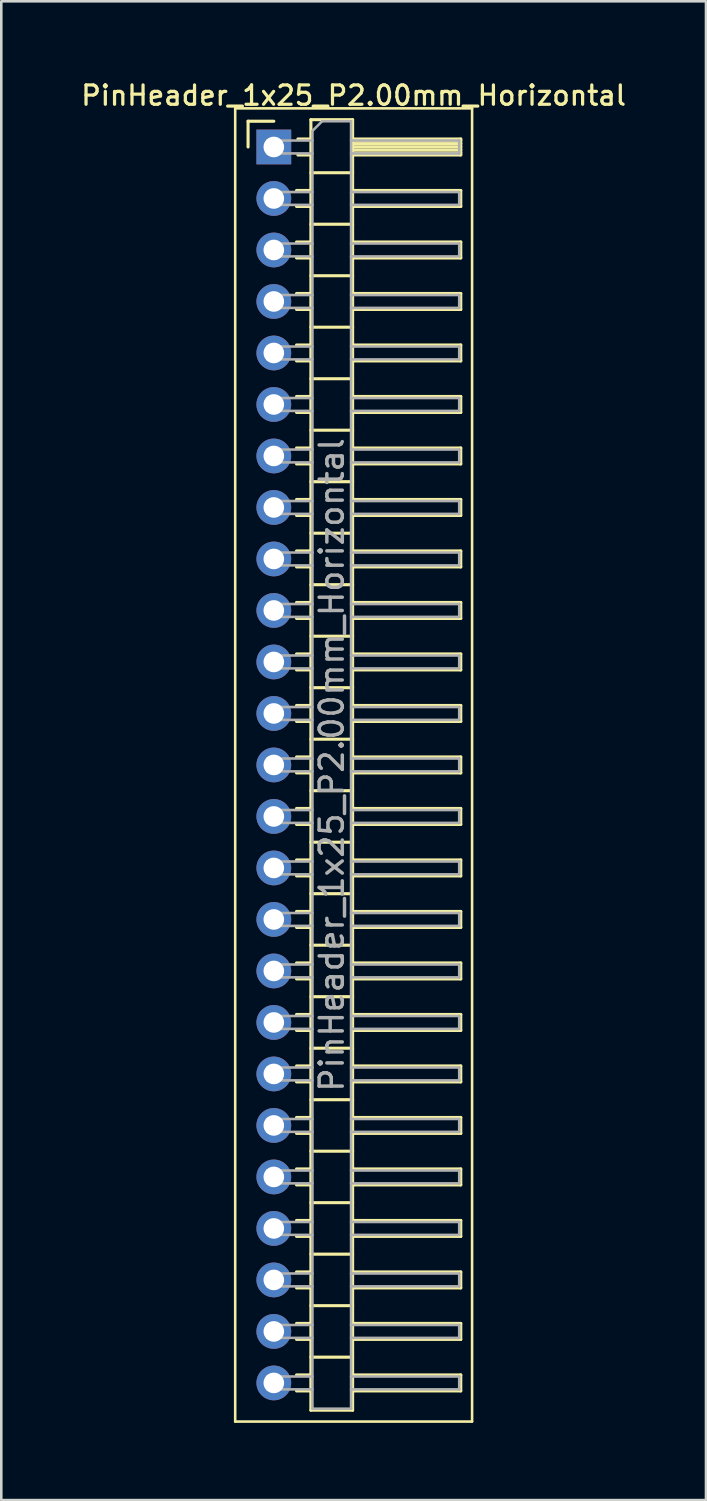
<source format=kicad_pcb>
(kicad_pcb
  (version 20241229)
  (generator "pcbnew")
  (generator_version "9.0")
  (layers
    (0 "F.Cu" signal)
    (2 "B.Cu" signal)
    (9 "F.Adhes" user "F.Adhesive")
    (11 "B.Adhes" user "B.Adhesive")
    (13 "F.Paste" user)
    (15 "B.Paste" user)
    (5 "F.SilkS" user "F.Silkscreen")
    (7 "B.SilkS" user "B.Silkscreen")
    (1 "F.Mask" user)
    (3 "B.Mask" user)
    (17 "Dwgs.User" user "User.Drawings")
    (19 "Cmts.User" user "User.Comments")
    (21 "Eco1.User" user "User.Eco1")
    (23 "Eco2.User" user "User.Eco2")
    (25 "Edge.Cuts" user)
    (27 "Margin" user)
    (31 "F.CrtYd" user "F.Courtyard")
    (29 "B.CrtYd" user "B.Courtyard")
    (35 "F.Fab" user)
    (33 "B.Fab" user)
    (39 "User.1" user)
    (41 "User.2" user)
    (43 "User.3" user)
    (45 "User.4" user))
  (footprint "PinHeader_1x25_P2.00mm_Horizontal"
    (layer "F.Cu")
    (at 7.584 2.658)
    (property "Reference" "PinHeader_1x25_P2.00mm_Horizontal" (at 3.1 -2 0) (layer "F.SilkS") (effects (font (size 0.75 0.75) (thickness 0.125))))
    (attr through_hole)
    (fp_line (start -1.5 -1.5) (end -1.5 49.5) (stroke (width 0.1) (type solid)) (layer "F.SilkS"))
    (fp_line (start -1.5 49.5) (end 7.7 49.5) (stroke (width 0.1) (type solid)) (layer "F.SilkS"))
    (fp_line (start -1 -1) (end 0 -1) (stroke (width 0.12) (type solid)) (layer "F.SilkS"))
    (fp_line (start -1 0) (end -1 -1) (stroke (width 0.12) (type solid)) (layer "F.SilkS"))
    (fp_line (start 0.882 1.69) (end 1.44 1.69) (stroke (width 0.12) (type solid)) (layer "F.SilkS"))
    (fp_line (start 0.882 2.31) (end 1.44 2.31) (stroke (width 0.12) (type solid)) (layer "F.SilkS"))
    (fp_line (start 0.882 3.69) (end 1.44 3.69) (stroke (width 0.12) (type solid)) (layer "F.SilkS"))
    (fp_line (start 0.882 4.31) (end 1.44 4.31) (stroke (width 0.12) (type solid)) (layer "F.SilkS"))
    (fp_line (start 0.882 5.69) (end 1.44 5.69) (stroke (width 0.12) (type solid)) (layer "F.SilkS"))
    (fp_line (start 0.882 6.31) (end 1.44 6.31) (stroke (width 0.12) (type solid)) (layer "F.SilkS"))
    (fp_line (start 0.882 7.69) (end 1.44 7.69) (stroke (width 0.12) (type solid)) (layer "F.SilkS"))
    (fp_line (start 0.882 8.31) (end 1.44 8.31) (stroke (width 0.12) (type solid)) (layer "F.SilkS"))
    (fp_line (start 0.882 9.69) (end 1.44 9.69) (stroke (width 0.12) (type solid)) (layer "F.SilkS"))
    (fp_line (start 0.882 10.31) (end 1.44 10.31) (stroke (width 0.12) (type solid)) (layer "F.SilkS"))
    (fp_line (start 0.882 11.69) (end 1.44 11.69) (stroke (width 0.12) (type solid)) (layer "F.SilkS"))
    (fp_line (start 0.882 12.31) (end 1.44 12.31) (stroke (width 0.12) (type solid)) (layer "F.SilkS"))
    (fp_line (start 0.882 13.69) (end 1.44 13.69) (stroke (width 0.12) (type solid)) (layer "F.SilkS"))
    (fp_line (start 0.882 14.31) (end 1.44 14.31) (stroke (width 0.12) (type solid)) (layer "F.SilkS"))
    (fp_line (start 0.882 15.69) (end 1.44 15.69) (stroke (width 0.12) (type solid)) (layer "F.SilkS"))
    (fp_line (start 0.882 16.31) (end 1.44 16.31) (stroke (width 0.12) (type solid)) (layer "F.SilkS"))
    (fp_line (start 0.882 17.69) (end 1.44 17.69) (stroke (width 0.12) (type solid)) (layer "F.SilkS"))
    (fp_line (start 0.882 18.31) (end 1.44 18.31) (stroke (width 0.12) (type solid)) (layer "F.SilkS"))
    (fp_line (start 0.882 19.69) (end 1.44 19.69) (stroke (width 0.12) (type solid)) (layer "F.SilkS"))
    (fp_line (start 0.882 20.31) (end 1.44 20.31) (stroke (width 0.12) (type solid)) (layer "F.SilkS"))
    (fp_line (start 0.882 21.69) (end 1.44 21.69) (stroke (width 0.12) (type solid)) (layer "F.SilkS"))
    (fp_line (start 0.882 22.31) (end 1.44 22.31) (stroke (width 0.12) (type solid)) (layer "F.SilkS"))
    (fp_line (start 0.882 23.69) (end 1.44 23.69) (stroke (width 0.12) (type solid)) (layer "F.SilkS"))
    (fp_line (start 0.882 24.31) (end 1.44 24.31) (stroke (width 0.12) (type solid)) (layer "F.SilkS"))
    (fp_line (start 0.882 25.69) (end 1.44 25.69) (stroke (width 0.12) (type solid)) (layer "F.SilkS"))
    (fp_line (start 0.882 26.31) (end 1.44 26.31) (stroke (width 0.12) (type solid)) (layer "F.SilkS"))
    (fp_line (start 0.882 27.69) (end 1.44 27.69) (stroke (width 0.12) (type solid)) (layer "F.SilkS"))
    (fp_line (start 0.882 28.31) (end 1.44 28.31) (stroke (width 0.12) (type solid)) (layer "F.SilkS"))
    (fp_line (start 0.882 29.69) (end 1.44 29.69) (stroke (width 0.12) (type solid)) (layer "F.SilkS"))
    (fp_line (start 0.882 30.31) (end 1.44 30.31) (stroke (width 0.12) (type solid)) (layer "F.SilkS"))
    (fp_line (start 0.882 31.69) (end 1.44 31.69) (stroke (width 0.12) (type solid)) (layer "F.SilkS"))
    (fp_line (start 0.882 32.31) (end 1.44 32.31) (stroke (width 0.12) (type solid)) (layer "F.SilkS"))
    (fp_line (start 0.882 33.69) (end 1.44 33.69) (stroke (width 0.12) (type solid)) (layer "F.SilkS"))
    (fp_line (start 0.882 34.31) (end 1.44 34.31) (stroke (width 0.12) (type solid)) (layer "F.SilkS"))
    (fp_line (start 0.882 35.69) (end 1.44 35.69) (stroke (width 0.12) (type solid)) (layer "F.SilkS"))
    (fp_line (start 0.882 36.31) (end 1.44 36.31) (stroke (width 0.12) (type solid)) (layer "F.SilkS"))
    (fp_line (start 0.882 37.69) (end 1.44 37.69) (stroke (width 0.12) (type solid)) (layer "F.SilkS"))
    (fp_line (start 0.882 38.31) (end 1.44 38.31) (stroke (width 0.12) (type solid)) (layer "F.SilkS"))
    (fp_line (start 0.882 39.69) (end 1.44 39.69) (stroke (width 0.12) (type solid)) (layer "F.SilkS"))
    (fp_line (start 0.882 40.31) (end 1.44 40.31) (stroke (width 0.12) (type solid)) (layer "F.SilkS"))
    (fp_line (start 0.882 41.69) (end 1.44 41.69) (stroke (width 0.12) (type solid)) (layer "F.SilkS"))
    (fp_line (start 0.882 42.31) (end 1.44 42.31) (stroke (width 0.12) (type solid)) (layer "F.SilkS"))
    (fp_line (start 0.882 43.69) (end 1.44 43.69) (stroke (width 0.12) (type solid)) (layer "F.SilkS"))
    (fp_line (start 0.882 44.31) (end 1.44 44.31) (stroke (width 0.12) (type solid)) (layer "F.SilkS"))
    (fp_line (start 0.882 45.69) (end 1.44 45.69) (stroke (width 0.12) (type solid)) (layer "F.SilkS"))
    (fp_line (start 0.882 46.31) (end 1.44 46.31) (stroke (width 0.12) (type solid)) (layer "F.SilkS"))
    (fp_line (start 0.882 47.69) (end 1.44 47.69) (stroke (width 0.12) (type solid)) (layer "F.SilkS"))
    (fp_line (start 0.882 48.31) (end 1.44 48.31) (stroke (width 0.12) (type solid)) (layer "F.SilkS"))
    (fp_line (start 0.935 -0.31) (end 1.44 -0.31) (stroke (width 0.12) (type solid)) (layer "F.SilkS"))
    (fp_line (start 0.935 0.31) (end 1.44 0.31) (stroke (width 0.12) (type solid)) (layer "F.SilkS"))
    (fp_line (start 1.44 -1.06) (end 1.44 49.06) (stroke (width 0.12) (type solid)) (layer "F.SilkS"))
    (fp_line (start 1.44 1) (end 3.06 1) (stroke (width 0.12) (type solid)) (layer "F.SilkS"))
    (fp_line (start 1.44 3) (end 3.06 3) (stroke (width 0.12) (type solid)) (layer "F.SilkS"))
    (fp_line (start 1.44 5) (end 3.06 5) (stroke (width 0.12) (type solid)) (layer "F.SilkS"))
    (fp_line (start 1.44 7) (end 3.06 7) (stroke (width 0.12) (type solid)) (layer "F.SilkS"))
    (fp_line (start 1.44 9) (end 3.06 9) (stroke (width 0.12) (type solid)) (layer "F.SilkS"))
    (fp_line (start 1.44 11) (end 3.06 11) (stroke (width 0.12) (type solid)) (layer "F.SilkS"))
    (fp_line (start 1.44 13) (end 3.06 13) (stroke (width 0.12) (type solid)) (layer "F.SilkS"))
    (fp_line (start 1.44 15) (end 3.06 15) (stroke (width 0.12) (type solid)) (layer "F.SilkS"))
    (fp_line (start 1.44 17) (end 3.06 17) (stroke (width 0.12) (type solid)) (layer "F.SilkS"))
    (fp_line (start 1.44 19) (end 3.06 19) (stroke (width 0.12) (type solid)) (layer "F.SilkS"))
    (fp_line (start 1.44 21) (end 3.06 21) (stroke (width 0.12) (type solid)) (layer "F.SilkS"))
    (fp_line (start 1.44 23) (end 3.06 23) (stroke (width 0.12) (type solid)) (layer "F.SilkS"))
    (fp_line (start 1.44 25) (end 3.06 25) (stroke (width 0.12) (type solid)) (layer "F.SilkS"))
    (fp_line (start 1.44 27) (end 3.06 27) (stroke (width 0.12) (type solid)) (layer "F.SilkS"))
    (fp_line (start 1.44 29) (end 3.06 29) (stroke (width 0.12) (type solid)) (layer "F.SilkS"))
    (fp_line (start 1.44 31) (end 3.06 31) (stroke (width 0.12) (type solid)) (layer "F.SilkS"))
    (fp_line (start 1.44 33) (end 3.06 33) (stroke (width 0.12) (type solid)) (layer "F.SilkS"))
    (fp_line (start 1.44 35) (end 3.06 35) (stroke (width 0.12) (type solid)) (layer "F.SilkS"))
    (fp_line (start 1.44 37) (end 3.06 37) (stroke (width 0.12) (type solid)) (layer "F.SilkS"))
    (fp_line (start 1.44 39) (end 3.06 39) (stroke (width 0.12) (type solid)) (layer "F.SilkS"))
    (fp_line (start 1.44 41) (end 3.06 41) (stroke (width 0.12) (type solid)) (layer "F.SilkS"))
    (fp_line (start 1.44 43) (end 3.06 43) (stroke (width 0.12) (type solid)) (layer "F.SilkS"))
    (fp_line (start 1.44 45) (end 3.06 45) (stroke (width 0.12) (type solid)) (layer "F.SilkS"))
    (fp_line (start 1.44 47) (end 3.06 47) (stroke (width 0.12) (type solid)) (layer "F.SilkS"))
    (fp_line (start 1.44 49.06) (end 3.06 49.06) (stroke (width 0.12) (type solid)) (layer "F.SilkS"))
    (fp_line (start 3.06 -1.06) (end 1.44 -1.06) (stroke (width 0.12) (type solid)) (layer "F.SilkS"))
    (fp_line (start 3.06 -0.31) (end 7.26 -0.31) (stroke (width 0.12) (type solid)) (layer "F.SilkS"))
    (fp_line (start 3.06 -0.25) (end 7.26 -0.25) (stroke (width 0.12) (type solid)) (layer "F.SilkS"))
    (fp_line (start 3.06 -0.13) (end 7.26 -0.13) (stroke (width 0.12) (type solid)) (layer "F.SilkS"))
    (fp_line (start 3.06 -0.01) (end 7.26 -0.01) (stroke (width 0.12) (type solid)) (layer "F.SilkS"))
    (fp_line (start 3.06 0.11) (end 7.26 0.11) (stroke (width 0.12) (type solid)) (layer "F.SilkS"))
    (fp_line (start 3.06 0.23) (end 7.26 0.23) (stroke (width 0.12) (type solid)) (layer "F.SilkS"))
    (fp_line (start 3.06 1.69) (end 7.26 1.69) (stroke (width 0.12) (type solid)) (layer "F.SilkS"))
    (fp_line (start 3.06 3.69) (end 7.26 3.69) (stroke (width 0.12) (type solid)) (layer "F.SilkS"))
    (fp_line (start 3.06 5.69) (end 7.26 5.69) (stroke (width 0.12) (type solid)) (layer "F.SilkS"))
    (fp_line (start 3.06 7.69) (end 7.26 7.69) (stroke (width 0.12) (type solid)) (layer "F.SilkS"))
    (fp_line (start 3.06 9.69) (end 7.26 9.69) (stroke (width 0.12) (type solid)) (layer "F.SilkS"))
    (fp_line (start 3.06 11.69) (end 7.26 11.69) (stroke (width 0.12) (type solid)) (layer "F.SilkS"))
    (fp_line (start 3.06 13.69) (end 7.26 13.69) (stroke (width 0.12) (type solid)) (layer "F.SilkS"))
    (fp_line (start 3.06 15.69) (end 7.26 15.69) (stroke (width 0.12) (type solid)) (layer "F.SilkS"))
    (fp_line (start 3.06 17.69) (end 7.26 17.69) (stroke (width 0.12) (type solid)) (layer "F.SilkS"))
    (fp_line (start 3.06 19.69) (end 7.26 19.69) (stroke (width 0.12) (type solid)) (layer "F.SilkS"))
    (fp_line (start 3.06 21.69) (end 7.26 21.69) (stroke (width 0.12) (type solid)) (layer "F.SilkS"))
    (fp_line (start 3.06 23.69) (end 7.26 23.69) (stroke (width 0.12) (type solid)) (layer "F.SilkS"))
    (fp_line (start 3.06 25.69) (end 7.26 25.69) (stroke (width 0.12) (type solid)) (layer "F.SilkS"))
    (fp_line (start 3.06 27.69) (end 7.26 27.69) (stroke (width 0.12) (type solid)) (layer "F.SilkS"))
    (fp_line (start 3.06 29.69) (end 7.26 29.69) (stroke (width 0.12) (type solid)) (layer "F.SilkS"))
    (fp_line (start 3.06 31.69) (end 7.26 31.69) (stroke (width 0.12) (type solid)) (layer "F.SilkS"))
    (fp_line (start 3.06 33.69) (end 7.26 33.69) (stroke (width 0.12) (type solid)) (layer "F.SilkS"))
    (fp_line (start 3.06 35.69) (end 7.26 35.69) (stroke (width 0.12) (type solid)) (layer "F.SilkS"))
    (fp_line (start 3.06 37.69) (end 7.26 37.69) (stroke (width 0.12) (type solid)) (layer "F.SilkS"))
    (fp_line (start 3.06 39.69) (end 7.26 39.69) (stroke (width 0.12) (type solid)) (layer "F.SilkS"))
    (fp_line (start 3.06 41.69) (end 7.26 41.69) (stroke (width 0.12) (type solid)) (layer "F.SilkS"))
    (fp_line (start 3.06 43.69) (end 7.26 43.69) (stroke (width 0.12) (type solid)) (layer "F.SilkS"))
    (fp_line (start 3.06 45.69) (end 7.26 45.69) (stroke (width 0.12) (type solid)) (layer "F.SilkS"))
    (fp_line (start 3.06 47.69) (end 7.26 47.69) (stroke (width 0.12) (type solid)) (layer "F.SilkS"))
    (fp_line (start 3.06 49.06) (end 3.06 -1.06) (stroke (width 0.12) (type solid)) (layer "F.SilkS"))
    (fp_line (start 7.26 -0.31) (end 7.26 0.31) (stroke (width 0.12) (type solid)) (layer "F.SilkS"))
    (fp_line (start 7.26 0.31) (end 3.06 0.31) (stroke (width 0.12) (type solid)) (layer "F.SilkS"))
    (fp_line (start 7.26 1.69) (end 7.26 2.31) (stroke (width 0.12) (type solid)) (layer "F.SilkS"))
    (fp_line (start 7.26 2.31) (end 3.06 2.31) (stroke (width 0.12) (type solid)) (layer "F.SilkS"))
    (fp_line (start 7.26 3.69) (end 7.26 4.31) (stroke (width 0.12) (type solid)) (layer "F.SilkS"))
    (fp_line (start 7.26 4.31) (end 3.06 4.31) (stroke (width 0.12) (type solid)) (layer "F.SilkS"))
    (fp_line (start 7.26 5.69) (end 7.26 6.31) (stroke (width 0.12) (type solid)) (layer "F.SilkS"))
    (fp_line (start 7.26 6.31) (end 3.06 6.31) (stroke (width 0.12) (type solid)) (layer "F.SilkS"))
    (fp_line (start 7.26 7.69) (end 7.26 8.31) (stroke (width 0.12) (type solid)) (layer "F.SilkS"))
    (fp_line (start 7.26 8.31) (end 3.06 8.31) (stroke (width 0.12) (type solid)) (layer "F.SilkS"))
    (fp_line (start 7.26 9.69) (end 7.26 10.31) (stroke (width 0.12) (type solid)) (layer "F.SilkS"))
    (fp_line (start 7.26 10.31) (end 3.06 10.31) (stroke (width 0.12) (type solid)) (layer "F.SilkS"))
    (fp_line (start 7.26 11.69) (end 7.26 12.31) (stroke (width 0.12) (type solid)) (layer "F.SilkS"))
    (fp_line (start 7.26 12.31) (end 3.06 12.31) (stroke (width 0.12) (type solid)) (layer "F.SilkS"))
    (fp_line (start 7.26 13.69) (end 7.26 14.31) (stroke (width 0.12) (type solid)) (layer "F.SilkS"))
    (fp_line (start 7.26 14.31) (end 3.06 14.31) (stroke (width 0.12) (type solid)) (layer "F.SilkS"))
    (fp_line (start 7.26 15.69) (end 7.26 16.31) (stroke (width 0.12) (type solid)) (layer "F.SilkS"))
    (fp_line (start 7.26 16.31) (end 3.06 16.31) (stroke (width 0.12) (type solid)) (layer "F.SilkS"))
    (fp_line (start 7.26 17.69) (end 7.26 18.31) (stroke (width 0.12) (type solid)) (layer "F.SilkS"))
    (fp_line (start 7.26 18.31) (end 3.06 18.31) (stroke (width 0.12) (type solid)) (layer "F.SilkS"))
    (fp_line (start 7.26 19.69) (end 7.26 20.31) (stroke (width 0.12) (type solid)) (layer "F.SilkS"))
    (fp_line (start 7.26 20.31) (end 3.06 20.31) (stroke (width 0.12) (type solid)) (layer "F.SilkS"))
    (fp_line (start 7.26 21.69) (end 7.26 22.31) (stroke (width 0.12) (type solid)) (layer "F.SilkS"))
    (fp_line (start 7.26 22.31) (end 3.06 22.31) (stroke (width 0.12) (type solid)) (layer "F.SilkS"))
    (fp_line (start 7.26 23.69) (end 7.26 24.31) (stroke (width 0.12) (type solid)) (layer "F.SilkS"))
    (fp_line (start 7.26 24.31) (end 3.06 24.31) (stroke (width 0.12) (type solid)) (layer "F.SilkS"))
    (fp_line (start 7.26 25.69) (end 7.26 26.31) (stroke (width 0.12) (type solid)) (layer "F.SilkS"))
    (fp_line (start 7.26 26.31) (end 3.06 26.31) (stroke (width 0.12) (type solid)) (layer "F.SilkS"))
    (fp_line (start 7.26 27.69) (end 7.26 28.31) (stroke (width 0.12) (type solid)) (layer "F.SilkS"))
    (fp_line (start 7.26 28.31) (end 3.06 28.31) (stroke (width 0.12) (type solid)) (layer "F.SilkS"))
    (fp_line (start 7.26 29.69) (end 7.26 30.31) (stroke (width 0.12) (type solid)) (layer "F.SilkS"))
    (fp_line (start 7.26 30.31) (end 3.06 30.31) (stroke (width 0.12) (type solid)) (layer "F.SilkS"))
    (fp_line (start 7.26 31.69) (end 7.26 32.31) (stroke (width 0.12) (type solid)) (layer "F.SilkS"))
    (fp_line (start 7.26 32.31) (end 3.06 32.31) (stroke (width 0.12) (type solid)) (layer "F.SilkS"))
    (fp_line (start 7.26 33.69) (end 7.26 34.31) (stroke (width 0.12) (type solid)) (layer "F.SilkS"))
    (fp_line (start 7.26 34.31) (end 3.06 34.31) (stroke (width 0.12) (type solid)) (layer "F.SilkS"))
    (fp_line (start 7.26 35.69) (end 7.26 36.31) (stroke (width 0.12) (type solid)) (layer "F.SilkS"))
    (fp_line (start 7.26 36.31) (end 3.06 36.31) (stroke (width 0.12) (type solid)) (layer "F.SilkS"))
    (fp_line (start 7.26 37.69) (end 7.26 38.31) (stroke (width 0.12) (type solid)) (layer "F.SilkS"))
    (fp_line (start 7.26 38.31) (end 3.06 38.31) (stroke (width 0.12) (type solid)) (layer "F.SilkS"))
    (fp_line (start 7.26 39.69) (end 7.26 40.31) (stroke (width 0.12) (type solid)) (layer "F.SilkS"))
    (fp_line (start 7.26 40.31) (end 3.06 40.31) (stroke (width 0.12) (type solid)) (layer "F.SilkS"))
    (fp_line (start 7.26 41.69) (end 7.26 42.31) (stroke (width 0.12) (type solid)) (layer "F.SilkS"))
    (fp_line (start 7.26 42.31) (end 3.06 42.31) (stroke (width 0.12) (type solid)) (layer "F.SilkS"))
    (fp_line (start 7.26 43.69) (end 7.26 44.31) (stroke (width 0.12) (type solid)) (layer "F.SilkS"))
    (fp_line (start 7.26 44.31) (end 3.06 44.31) (stroke (width 0.12) (type solid)) (layer "F.SilkS"))
    (fp_line (start 7.26 45.69) (end 7.26 46.31) (stroke (width 0.12) (type solid)) (layer "F.SilkS"))
    (fp_line (start 7.26 46.31) (end 3.06 46.31) (stroke (width 0.12) (type solid)) (layer "F.SilkS"))
    (fp_line (start 7.26 47.69) (end 7.26 48.31) (stroke (width 0.12) (type solid)) (layer "F.SilkS"))
    (fp_line (start 7.26 48.31) (end 3.06 48.31) (stroke (width 0.12) (type solid)) (layer "F.SilkS"))
    (fp_line (start 7.7 -1.5) (end -1.5 -1.5) (stroke (width 0.1) (type solid)) (layer "F.SilkS"))
    (fp_line (start 7.7 49.5) (end 7.7 -1.5) (stroke (width 0.1) (type solid)) (layer "F.SilkS"))
    (fp_line (start -0.25 -0.25) (end -0.25 0.25) (stroke (width 0.1) (type solid)) (layer "F.Fab"))
    (fp_line (start -0.25 -0.25) (end 1.5 -0.25) (stroke (width 0.1) (type solid)) (layer "F.Fab"))
    (fp_line (start -0.25 0.25) (end 1.5 0.25) (stroke (width 0.1) (type solid)) (layer "F.Fab"))
    (fp_line (start -0.25 1.75) (end -0.25 2.25) (stroke (width 0.1) (type solid)) (layer "F.Fab"))
    (fp_line (start -0.25 1.75) (end 1.5 1.75) (stroke (width 0.1) (type solid)) (layer "F.Fab"))
    (fp_line (start -0.25 2.25) (end 1.5 2.25) (stroke (width 0.1) (type solid)) (layer "F.Fab"))
    (fp_line (start -0.25 3.75) (end -0.25 4.25) (stroke (width 0.1) (type solid)) (layer "F.Fab"))
    (fp_line (start -0.25 3.75) (end 1.5 3.75) (stroke (width 0.1) (type solid)) (layer "F.Fab"))
    (fp_line (start -0.25 4.25) (end 1.5 4.25) (stroke (width 0.1) (type solid)) (layer "F.Fab"))
    (fp_line (start -0.25 5.75) (end -0.25 6.25) (stroke (width 0.1) (type solid)) (layer "F.Fab"))
    (fp_line (start -0.25 5.75) (end 1.5 5.75) (stroke (width 0.1) (type solid)) (layer "F.Fab"))
    (fp_line (start -0.25 6.25) (end 1.5 6.25) (stroke (width 0.1) (type solid)) (layer "F.Fab"))
    (fp_line (start -0.25 7.75) (end -0.25 8.25) (stroke (width 0.1) (type solid)) (layer "F.Fab"))
    (fp_line (start -0.25 7.75) (end 1.5 7.75) (stroke (width 0.1) (type solid)) (layer "F.Fab"))
    (fp_line (start -0.25 8.25) (end 1.5 8.25) (stroke (width 0.1) (type solid)) (layer "F.Fab"))
    (fp_line (start -0.25 9.75) (end -0.25 10.25) (stroke (width 0.1) (type solid)) (layer "F.Fab"))
    (fp_line (start -0.25 9.75) (end 1.5 9.75) (stroke (width 0.1) (type solid)) (layer "F.Fab"))
    (fp_line (start -0.25 10.25) (end 1.5 10.25) (stroke (width 0.1) (type solid)) (layer "F.Fab"))
    (fp_line (start -0.25 11.75) (end -0.25 12.25) (stroke (width 0.1) (type solid)) (layer "F.Fab"))
    (fp_line (start -0.25 11.75) (end 1.5 11.75) (stroke (width 0.1) (type solid)) (layer "F.Fab"))
    (fp_line (start -0.25 12.25) (end 1.5 12.25) (stroke (width 0.1) (type solid)) (layer "F.Fab"))
    (fp_line (start -0.25 13.75) (end -0.25 14.25) (stroke (width 0.1) (type solid)) (layer "F.Fab"))
    (fp_line (start -0.25 13.75) (end 1.5 13.75) (stroke (width 0.1) (type solid)) (layer "F.Fab"))
    (fp_line (start -0.25 14.25) (end 1.5 14.25) (stroke (width 0.1) (type solid)) (layer "F.Fab"))
    (fp_line (start -0.25 15.75) (end -0.25 16.25) (stroke (width 0.1) (type solid)) (layer "F.Fab"))
    (fp_line (start -0.25 15.75) (end 1.5 15.75) (stroke (width 0.1) (type solid)) (layer "F.Fab"))
    (fp_line (start -0.25 16.25) (end 1.5 16.25) (stroke (width 0.1) (type solid)) (layer "F.Fab"))
    (fp_line (start -0.25 17.75) (end -0.25 18.25) (stroke (width 0.1) (type solid)) (layer "F.Fab"))
    (fp_line (start -0.25 17.75) (end 1.5 17.75) (stroke (width 0.1) (type solid)) (layer "F.Fab"))
    (fp_line (start -0.25 18.25) (end 1.5 18.25) (stroke (width 0.1) (type solid)) (layer "F.Fab"))
    (fp_line (start -0.25 19.75) (end -0.25 20.25) (stroke (width 0.1) (type solid)) (layer "F.Fab"))
    (fp_line (start -0.25 19.75) (end 1.5 19.75) (stroke (width 0.1) (type solid)) (layer "F.Fab"))
    (fp_line (start -0.25 20.25) (end 1.5 20.25) (stroke (width 0.1) (type solid)) (layer "F.Fab"))
    (fp_line (start -0.25 21.75) (end -0.25 22.25) (stroke (width 0.1) (type solid)) (layer "F.Fab"))
    (fp_line (start -0.25 21.75) (end 1.5 21.75) (stroke (width 0.1) (type solid)) (layer "F.Fab"))
    (fp_line (start -0.25 22.25) (end 1.5 22.25) (stroke (width 0.1) (type solid)) (layer "F.Fab"))
    (fp_line (start -0.25 23.75) (end -0.25 24.25) (stroke (width 0.1) (type solid)) (layer "F.Fab"))
    (fp_line (start -0.25 23.75) (end 1.5 23.75) (stroke (width 0.1) (type solid)) (layer "F.Fab"))
    (fp_line (start -0.25 24.25) (end 1.5 24.25) (stroke (width 0.1) (type solid)) (layer "F.Fab"))
    (fp_line (start -0.25 25.75) (end -0.25 26.25) (stroke (width 0.1) (type solid)) (layer "F.Fab"))
    (fp_line (start -0.25 25.75) (end 1.5 25.75) (stroke (width 0.1) (type solid)) (layer "F.Fab"))
    (fp_line (start -0.25 26.25) (end 1.5 26.25) (stroke (width 0.1) (type solid)) (layer "F.Fab"))
    (fp_line (start -0.25 27.75) (end -0.25 28.25) (stroke (width 0.1) (type solid)) (layer "F.Fab"))
    (fp_line (start -0.25 27.75) (end 1.5 27.75) (stroke (width 0.1) (type solid)) (layer "F.Fab"))
    (fp_line (start -0.25 28.25) (end 1.5 28.25) (stroke (width 0.1) (type solid)) (layer "F.Fab"))
    (fp_line (start -0.25 29.75) (end -0.25 30.25) (stroke (width 0.1) (type solid)) (layer "F.Fab"))
    (fp_line (start -0.25 29.75) (end 1.5 29.75) (stroke (width 0.1) (type solid)) (layer "F.Fab"))
    (fp_line (start -0.25 30.25) (end 1.5 30.25) (stroke (width 0.1) (type solid)) (layer "F.Fab"))
    (fp_line (start -0.25 31.75) (end -0.25 32.25) (stroke (width 0.1) (type solid)) (layer "F.Fab"))
    (fp_line (start -0.25 31.75) (end 1.5 31.75) (stroke (width 0.1) (type solid)) (layer "F.Fab"))
    (fp_line (start -0.25 32.25) (end 1.5 32.25) (stroke (width 0.1) (type solid)) (layer "F.Fab"))
    (fp_line (start -0.25 33.75) (end -0.25 34.25) (stroke (width 0.1) (type solid)) (layer "F.Fab"))
    (fp_line (start -0.25 33.75) (end 1.5 33.75) (stroke (width 0.1) (type solid)) (layer "F.Fab"))
    (fp_line (start -0.25 34.25) (end 1.5 34.25) (stroke (width 0.1) (type solid)) (layer "F.Fab"))
    (fp_line (start -0.25 35.75) (end -0.25 36.25) (stroke (width 0.1) (type solid)) (layer "F.Fab"))
    (fp_line (start -0.25 35.75) (end 1.5 35.75) (stroke (width 0.1) (type solid)) (layer "F.Fab"))
    (fp_line (start -0.25 36.25) (end 1.5 36.25) (stroke (width 0.1) (type solid)) (layer "F.Fab"))
    (fp_line (start -0.25 37.75) (end -0.25 38.25) (stroke (width 0.1) (type solid)) (layer "F.Fab"))
    (fp_line (start -0.25 37.75) (end 1.5 37.75) (stroke (width 0.1) (type solid)) (layer "F.Fab"))
    (fp_line (start -0.25 38.25) (end 1.5 38.25) (stroke (width 0.1) (type solid)) (layer "F.Fab"))
    (fp_line (start -0.25 39.75) (end -0.25 40.25) (stroke (width 0.1) (type solid)) (layer "F.Fab"))
    (fp_line (start -0.25 39.75) (end 1.5 39.75) (stroke (width 0.1) (type solid)) (layer "F.Fab"))
    (fp_line (start -0.25 40.25) (end 1.5 40.25) (stroke (width 0.1) (type solid)) (layer "F.Fab"))
    (fp_line (start -0.25 41.75) (end -0.25 42.25) (stroke (width 0.1) (type solid)) (layer "F.Fab"))
    (fp_line (start -0.25 41.75) (end 1.5 41.75) (stroke (width 0.1) (type solid)) (layer "F.Fab"))
    (fp_line (start -0.25 42.25) (end 1.5 42.25) (stroke (width 0.1) (type solid)) (layer "F.Fab"))
    (fp_line (start -0.25 43.75) (end -0.25 44.25) (stroke (width 0.1) (type solid)) (layer "F.Fab"))
    (fp_line (start -0.25 43.75) (end 1.5 43.75) (stroke (width 0.1) (type solid)) (layer "F.Fab"))
    (fp_line (start -0.25 44.25) (end 1.5 44.25) (stroke (width 0.1) (type solid)) (layer "F.Fab"))
    (fp_line (start -0.25 45.75) (end -0.25 46.25) (stroke (width 0.1) (type solid)) (layer "F.Fab"))
    (fp_line (start -0.25 45.75) (end 1.5 45.75) (stroke (width 0.1) (type solid)) (layer "F.Fab"))
    (fp_line (start -0.25 46.25) (end 1.5 46.25) (stroke (width 0.1) (type solid)) (layer "F.Fab"))
    (fp_line (start -0.25 47.75) (end -0.25 48.25) (stroke (width 0.1) (type solid)) (layer "F.Fab"))
    (fp_line (start -0.25 47.75) (end 1.5 47.75) (stroke (width 0.1) (type solid)) (layer "F.Fab"))
    (fp_line (start -0.25 48.25) (end 1.5 48.25) (stroke (width 0.1) (type solid)) (layer "F.Fab"))
    (fp_line (start 1.5 -0.625) (end 1.875 -1) (stroke (width 0.1) (type solid)) (layer "F.Fab"))
    (fp_line (start 1.5 49) (end 1.5 -0.625) (stroke (width 0.1) (type solid)) (layer "F.Fab"))
    (fp_line (start 1.875 -1) (end 3 -1) (stroke (width 0.1) (type solid)) (layer "F.Fab"))
    (fp_line (start 3 -1) (end 3 49) (stroke (width 0.1) (type solid)) (layer "F.Fab"))
    (fp_line (start 3 -0.25) (end 7.2 -0.25) (stroke (width 0.1) (type solid)) (layer "F.Fab"))
    (fp_line (start 3 0.25) (end 7.2 0.25) (stroke (width 0.1) (type solid)) (layer "F.Fab"))
    (fp_line (start 3 1.75) (end 7.2 1.75) (stroke (width 0.1) (type solid)) (layer "F.Fab"))
    (fp_line (start 3 2.25) (end 7.2 2.25) (stroke (width 0.1) (type solid)) (layer "F.Fab"))
    (fp_line (start 3 3.75) (end 7.2 3.75) (stroke (width 0.1) (type solid)) (layer "F.Fab"))
    (fp_line (start 3 4.25) (end 7.2 4.25) (stroke (width 0.1) (type solid)) (layer "F.Fab"))
    (fp_line (start 3 5.75) (end 7.2 5.75) (stroke (width 0.1) (type solid)) (layer "F.Fab"))
    (fp_line (start 3 6.25) (end 7.2 6.25) (stroke (width 0.1) (type solid)) (layer "F.Fab"))
    (fp_line (start 3 7.75) (end 7.2 7.75) (stroke (width 0.1) (type solid)) (layer "F.Fab"))
    (fp_line (start 3 8.25) (end 7.2 8.25) (stroke (width 0.1) (type solid)) (layer "F.Fab"))
    (fp_line (start 3 9.75) (end 7.2 9.75) (stroke (width 0.1) (type solid)) (layer "F.Fab"))
    (fp_line (start 3 10.25) (end 7.2 10.25) (stroke (width 0.1) (type solid)) (layer "F.Fab"))
    (fp_line (start 3 11.75) (end 7.2 11.75) (stroke (width 0.1) (type solid)) (layer "F.Fab"))
    (fp_line (start 3 12.25) (end 7.2 12.25) (stroke (width 0.1) (type solid)) (layer "F.Fab"))
    (fp_line (start 3 13.75) (end 7.2 13.75) (stroke (width 0.1) (type solid)) (layer "F.Fab"))
    (fp_line (start 3 14.25) (end 7.2 14.25) (stroke (width 0.1) (type solid)) (layer "F.Fab"))
    (fp_line (start 3 15.75) (end 7.2 15.75) (stroke (width 0.1) (type solid)) (layer "F.Fab"))
    (fp_line (start 3 16.25) (end 7.2 16.25) (stroke (width 0.1) (type solid)) (layer "F.Fab"))
    (fp_line (start 3 17.75) (end 7.2 17.75) (stroke (width 0.1) (type solid)) (layer "F.Fab"))
    (fp_line (start 3 18.25) (end 7.2 18.25) (stroke (width 0.1) (type solid)) (layer "F.Fab"))
    (fp_line (start 3 19.75) (end 7.2 19.75) (stroke (width 0.1) (type solid)) (layer "F.Fab"))
    (fp_line (start 3 20.25) (end 7.2 20.25) (stroke (width 0.1) (type solid)) (layer "F.Fab"))
    (fp_line (start 3 21.75) (end 7.2 21.75) (stroke (width 0.1) (type solid)) (layer "F.Fab"))
    (fp_line (start 3 22.25) (end 7.2 22.25) (stroke (width 0.1) (type solid)) (layer "F.Fab"))
    (fp_line (start 3 23.75) (end 7.2 23.75) (stroke (width 0.1) (type solid)) (layer "F.Fab"))
    (fp_line (start 3 24.25) (end 7.2 24.25) (stroke (width 0.1) (type solid)) (layer "F.Fab"))
    (fp_line (start 3 25.75) (end 7.2 25.75) (stroke (width 0.1) (type solid)) (layer "F.Fab"))
    (fp_line (start 3 26.25) (end 7.2 26.25) (stroke (width 0.1) (type solid)) (layer "F.Fab"))
    (fp_line (start 3 27.75) (end 7.2 27.75) (stroke (width 0.1) (type solid)) (layer "F.Fab"))
    (fp_line (start 3 28.25) (end 7.2 28.25) (stroke (width 0.1) (type solid)) (layer "F.Fab"))
    (fp_line (start 3 29.75) (end 7.2 29.75) (stroke (width 0.1) (type solid)) (layer "F.Fab"))
    (fp_line (start 3 30.25) (end 7.2 30.25) (stroke (width 0.1) (type solid)) (layer "F.Fab"))
    (fp_line (start 3 31.75) (end 7.2 31.75) (stroke (width 0.1) (type solid)) (layer "F.Fab"))
    (fp_line (start 3 32.25) (end 7.2 32.25) (stroke (width 0.1) (type solid)) (layer "F.Fab"))
    (fp_line (start 3 33.75) (end 7.2 33.75) (stroke (width 0.1) (type solid)) (layer "F.Fab"))
    (fp_line (start 3 34.25) (end 7.2 34.25) (stroke (width 0.1) (type solid)) (layer "F.Fab"))
    (fp_line (start 3 35.75) (end 7.2 35.75) (stroke (width 0.1) (type solid)) (layer "F.Fab"))
    (fp_line (start 3 36.25) (end 7.2 36.25) (stroke (width 0.1) (type solid)) (layer "F.Fab"))
    (fp_line (start 3 37.75) (end 7.2 37.75) (stroke (width 0.1) (type solid)) (layer "F.Fab"))
    (fp_line (start 3 38.25) (end 7.2 38.25) (stroke (width 0.1) (type solid)) (layer "F.Fab"))
    (fp_line (start 3 39.75) (end 7.2 39.75) (stroke (width 0.1) (type solid)) (layer "F.Fab"))
    (fp_line (start 3 40.25) (end 7.2 40.25) (stroke (width 0.1) (type solid)) (layer "F.Fab"))
    (fp_line (start 3 41.75) (end 7.2 41.75) (stroke (width 0.1) (type solid)) (layer "F.Fab"))
    (fp_line (start 3 42.25) (end 7.2 42.25) (stroke (width 0.1) (type solid)) (layer "F.Fab"))
    (fp_line (start 3 43.75) (end 7.2 43.75) (stroke (width 0.1) (type solid)) (layer "F.Fab"))
    (fp_line (start 3 44.25) (end 7.2 44.25) (stroke (width 0.1) (type solid)) (layer "F.Fab"))
    (fp_line (start 3 45.75) (end 7.2 45.75) (stroke (width 0.1) (type solid)) (layer "F.Fab"))
    (fp_line (start 3 46.25) (end 7.2 46.25) (stroke (width 0.1) (type solid)) (layer "F.Fab"))
    (fp_line (start 3 47.75) (end 7.2 47.75) (stroke (width 0.1) (type solid)) (layer "F.Fab"))
    (fp_line (start 3 48.25) (end 7.2 48.25) (stroke (width 0.1) (type solid)) (layer "F.Fab"))
    (fp_line (start 3 49) (end 1.5 49) (stroke (width 0.1) (type solid)) (layer "F.Fab"))
    (fp_line (start 7.2 -0.25) (end 7.2 0.25) (stroke (width 0.1) (type solid)) (layer "F.Fab"))
    (fp_line (start 7.2 1.75) (end 7.2 2.25) (stroke (width 0.1) (type solid)) (layer "F.Fab"))
    (fp_line (start 7.2 3.75) (end 7.2 4.25) (stroke (width 0.1) (type solid)) (layer "F.Fab"))
    (fp_line (start 7.2 5.75) (end 7.2 6.25) (stroke (width 0.1) (type solid)) (layer "F.Fab"))
    (fp_line (start 7.2 7.75) (end 7.2 8.25) (stroke (width 0.1) (type solid)) (layer "F.Fab"))
    (fp_line (start 7.2 9.75) (end 7.2 10.25) (stroke (width 0.1) (type solid)) (layer "F.Fab"))
    (fp_line (start 7.2 11.75) (end 7.2 12.25) (stroke (width 0.1) (type solid)) (layer "F.Fab"))
    (fp_line (start 7.2 13.75) (end 7.2 14.25) (stroke (width 0.1) (type solid)) (layer "F.Fab"))
    (fp_line (start 7.2 15.75) (end 7.2 16.25) (stroke (width 0.1) (type solid)) (layer "F.Fab"))
    (fp_line (start 7.2 17.75) (end 7.2 18.25) (stroke (width 0.1) (type solid)) (layer "F.Fab"))
    (fp_line (start 7.2 19.75) (end 7.2 20.25) (stroke (width 0.1) (type solid)) (layer "F.Fab"))
    (fp_line (start 7.2 21.75) (end 7.2 22.25) (stroke (width 0.1) (type solid)) (layer "F.Fab"))
    (fp_line (start 7.2 23.75) (end 7.2 24.25) (stroke (width 0.1) (type solid)) (layer "F.Fab"))
    (fp_line (start 7.2 25.75) (end 7.2 26.25) (stroke (width 0.1) (type solid)) (layer "F.Fab"))
    (fp_line (start 7.2 27.75) (end 7.2 28.25) (stroke (width 0.1) (type solid)) (layer "F.Fab"))
    (fp_line (start 7.2 29.75) (end 7.2 30.25) (stroke (width 0.1) (type solid)) (layer "F.Fab"))
    (fp_line (start 7.2 31.75) (end 7.2 32.25) (stroke (width 0.1) (type solid)) (layer "F.Fab"))
    (fp_line (start 7.2 33.75) (end 7.2 34.25) (stroke (width 0.1) (type solid)) (layer "F.Fab"))
    (fp_line (start 7.2 35.75) (end 7.2 36.25) (stroke (width 0.1) (type solid)) (layer "F.Fab"))
    (fp_line (start 7.2 37.75) (end 7.2 38.25) (stroke (width 0.1) (type solid)) (layer "F.Fab"))
    (fp_line (start 7.2 39.75) (end 7.2 40.25) (stroke (width 0.1) (type solid)) (layer "F.Fab"))
    (fp_line (start 7.2 41.75) (end 7.2 42.25) (stroke (width 0.1) (type solid)) (layer "F.Fab"))
    (fp_line (start 7.2 43.75) (end 7.2 44.25) (stroke (width 0.1) (type solid)) (layer "F.Fab"))
    (fp_line (start 7.2 45.75) (end 7.2 46.25) (stroke (width 0.1) (type solid)) (layer "F.Fab"))
    (fp_line (start 7.2 47.75) (end 7.2 48.25) (stroke (width 0.1) (type solid)) (layer "F.Fab"))
    (fp_text user "${REFERENCE}" (at 2.25 24 90) (layer "F.Fab") (effects (font (size 0.9 0.9) (thickness 0.135))))
    (pad "1" thru_hole rect (at 0 0) (size 1.35 1.35) (drill 0.8) (layers "*.Cu" "*.Mask"))
    (pad "2" thru_hole oval (at 0 2) (size 1.35 1.35) (drill 0.8) (layers "*.Cu" "*.Mask"))
    (pad "3" thru_hole oval (at 0 4) (size 1.35 1.35) (drill 0.8) (layers "*.Cu" "*.Mask"))
    (pad "4" thru_hole oval (at 0 6) (size 1.35 1.35) (drill 0.8) (layers "*.Cu" "*.Mask"))
    (pad "5" thru_hole oval (at 0 8) (size 1.35 1.35) (drill 0.8) (layers "*.Cu" "*.Mask"))
    (pad "6" thru_hole oval (at 0 10) (size 1.35 1.35) (drill 0.8) (layers "*.Cu" "*.Mask"))
    (pad "7" thru_hole oval (at 0 12) (size 1.35 1.35) (drill 0.8) (layers "*.Cu" "*.Mask"))
    (pad "8" thru_hole oval (at 0 14) (size 1.35 1.35) (drill 0.8) (layers "*.Cu" "*.Mask"))
    (pad "9" thru_hole oval (at 0 16) (size 1.35 1.35) (drill 0.8) (layers "*.Cu" "*.Mask"))
    (pad "10" thru_hole oval (at 0 18) (size 1.35 1.35) (drill 0.8) (layers "*.Cu" "*.Mask"))
    (pad "11" thru_hole oval (at 0 20) (size 1.35 1.35) (drill 0.8) (layers "*.Cu" "*.Mask"))
    (pad "12" thru_hole oval (at 0 22) (size 1.35 1.35) (drill 0.8) (layers "*.Cu" "*.Mask"))
    (pad "13" thru_hole oval (at 0 24) (size 1.35 1.35) (drill 0.8) (layers "*.Cu" "*.Mask"))
    (pad "14" thru_hole oval (at 0 26) (size 1.35 1.35) (drill 0.8) (layers "*.Cu" "*.Mask"))
    (pad "15" thru_hole oval (at 0 28) (size 1.35 1.35) (drill 0.8) (layers "*.Cu" "*.Mask"))
    (pad "16" thru_hole oval (at 0 30) (size 1.35 1.35) (drill 0.8) (layers "*.Cu" "*.Mask"))
    (pad "17" thru_hole oval (at 0 32) (size 1.35 1.35) (drill 0.8) (layers "*.Cu" "*.Mask"))
    (pad "18" thru_hole oval (at 0 34) (size 1.35 1.35) (drill 0.8) (layers "*.Cu" "*.Mask"))
    (pad "19" thru_hole oval (at 0 36) (size 1.35 1.35) (drill 0.8) (layers "*.Cu" "*.Mask"))
    (pad "20" thru_hole oval (at 0 38) (size 1.35 1.35) (drill 0.8) (layers "*.Cu" "*.Mask"))
    (pad "21" thru_hole oval (at 0 40) (size 1.35 1.35) (drill 0.8) (layers "*.Cu" "*.Mask"))
    (pad "22" thru_hole oval (at 0 42) (size 1.35 1.35) (drill 0.8) (layers "*.Cu" "*.Mask"))
    (pad "23" thru_hole oval (at 0 44) (size 1.35 1.35) (drill 0.8) (layers "*.Cu" "*.Mask"))
    (pad "24" thru_hole oval (at 0 46) (size 1.35 1.35) (drill 0.8) (layers "*.Cu" "*.Mask"))
    (pad "25" thru_hole oval (at 0 48) (size 1.35 1.35) (drill 0.8) (layers "*.Cu" "*.Mask")))
  (gr_rect
    (start -3 -3)
    (end 24.368 55.208)
    (stroke (width 0.1) (type default))
    (fill no)
    (layer "Edge.Cuts")))
</source>
